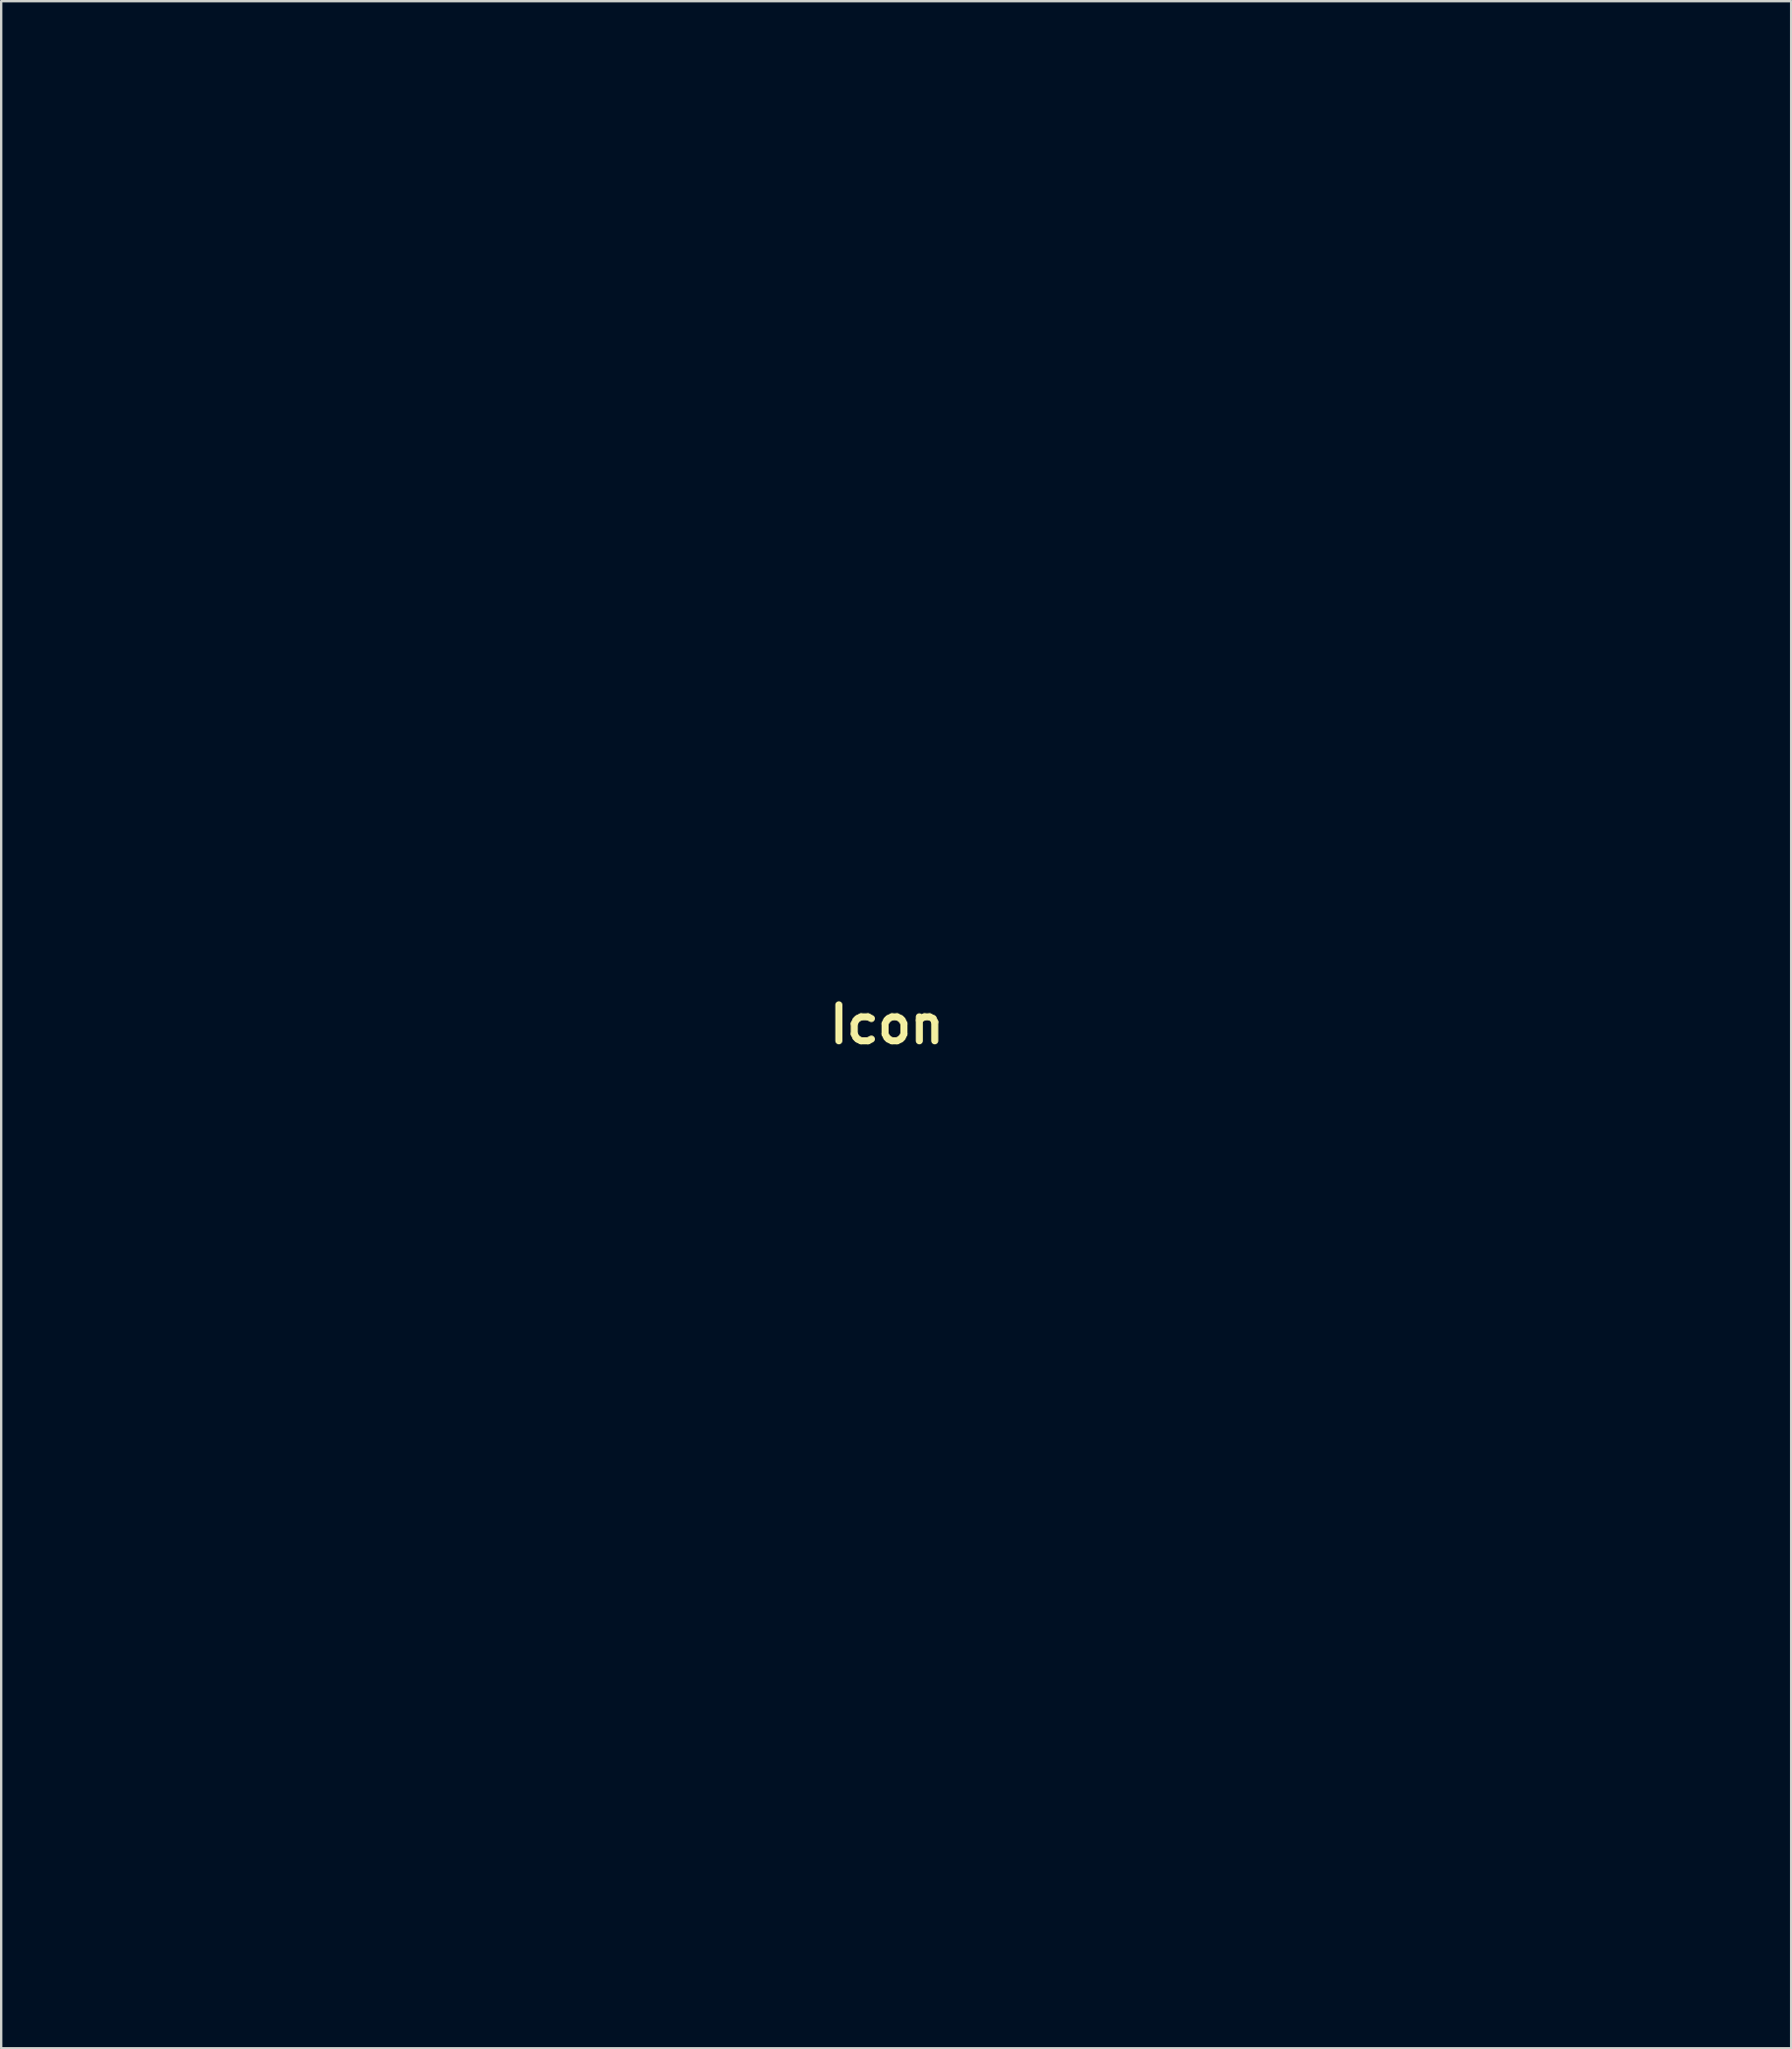
<source format=kicad_pcb>
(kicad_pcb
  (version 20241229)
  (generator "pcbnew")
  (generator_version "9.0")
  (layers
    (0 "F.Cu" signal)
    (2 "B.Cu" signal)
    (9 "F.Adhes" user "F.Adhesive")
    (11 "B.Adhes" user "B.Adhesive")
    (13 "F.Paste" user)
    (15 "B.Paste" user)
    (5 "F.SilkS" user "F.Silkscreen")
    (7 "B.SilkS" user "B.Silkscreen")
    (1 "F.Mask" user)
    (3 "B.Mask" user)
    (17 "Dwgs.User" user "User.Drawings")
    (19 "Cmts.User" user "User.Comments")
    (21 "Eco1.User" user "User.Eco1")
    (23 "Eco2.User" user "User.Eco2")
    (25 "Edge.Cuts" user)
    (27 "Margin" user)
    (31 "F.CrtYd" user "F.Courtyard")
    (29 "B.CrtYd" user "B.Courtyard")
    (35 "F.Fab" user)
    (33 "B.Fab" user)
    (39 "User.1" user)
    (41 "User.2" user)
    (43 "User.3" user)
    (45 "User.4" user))
  (footprint "Icon"
    (layer "F.Cu")
    (at 34.533 40.361)
    (property "Reference" "Icon" (at 0 0 0) (layer "F.SilkS") (effects (font (size 1.524 1.524) (thickness 0.3))))
    (attr through_hole)
    (fp_poly (pts (xy 13.945 -23.219) (xy 27.384 -15.451) (xy 27.384 16.167) (xy 19.05 21.033) (xy 15.17 23.287) (xy 11.188 25.581) (xy 7.637 27.609) (xy 5.542 28.79) (xy 0.367 31.681) (xy -13.112 23.874) (xy -26.591 16.068) (xy -26.806 0.534) (xy -26.968 -11.166) (xy -19.467 -11.166) (xy -19.462 -11.137) (xy -18.66 -10.531) (xy -16.735 -9.315) (xy -13.953 -7.648) (xy -10.576 -5.692) (xy -9.533 -5.098) (xy 0 0.299) (xy 0 12.056) (xy 0.03 16.171) (xy 0.114 19.658) (xy 0.24 22.24) (xy 0.397 23.641) (xy 0.478 23.812) (xy 1.303 23.443) (xy 3.252 22.425) (xy 6.07 20.897) (xy 9.503 18.995) (xy 11.173 18.058) (xy 21.39 12.303) (xy 21.431 -11.509) (xy 11.198 -17.264) (xy 7.559 -19.289) (xy 4.409 -21.002) (xy 2.007 -22.266) (xy 0.61 -22.942) (xy 0.378 -23.019) (xy -0.647 -22.64) (xy -2.646 -21.621) (xy -5.327 -20.135) (xy -8.4 -18.357) (xy -11.574 -16.459) (xy -14.558 -14.618) (xy -17.062 -13.005) (xy -18.795 -11.797) (xy -19.467 -11.166) (xy -26.968 -11.166) (xy -27.021 -15) (xy -20.456 -18.859) (xy -16.663 -21.077) (xy -12.259 -23.637) (xy -8.011 -26.094) (xy -6.693 -26.852) (xy 0.505 -30.987) (xy 13.945 -23.219)) (stroke (width 0.01) (type solid)) (fill no) (layer "Eco2.User"))
    (fp_poly (pts (xy 17.894 -30.286) (xy 35.322 -20.215) (xy 35.322 20.946) (xy 19.844 29.946) (xy 15.254 32.611) (xy 11.025 35.06) (xy 7.383 37.161) (xy 4.558 38.783) (xy 2.776 39.795) (xy 2.381 40.013) (xy 1.703 40.3) (xy 0.919 40.371) (xy -0.145 40.144) (xy -1.665 39.538) (xy -3.815 38.47) (xy -6.771 36.861) (xy -10.708 34.627) (xy -15.8 31.687) (xy -17.066 30.954) (xy -34.528 20.827) (xy -34.528 0.365) (xy -30.956 0.365) (xy -30.956 18.682) (xy -15.677 27.558) (xy -11.215 30.134) (xy -7.203 32.419) (xy -3.846 34.299) (xy -1.351 35.66) (xy 0.075 36.385) (xy 0.316 36.473) (xy 1.183 36.105) (xy 3.215 35.05) (xy 6.207 33.424) (xy 9.952 31.337) (xy 14.244 28.903) (xy 16.389 27.673) (xy 31.75 18.834) (xy 31.75 -18.104) (xy 17.166 -26.501) (xy 12.76 -29.027) (xy 8.768 -31.294) (xy 5.413 -33.179) (xy 2.918 -34.555) (xy 1.506 -35.299) (xy 1.325 -35.38) (xy 0.205 -35.146) (xy -2.145 -34.124) (xy -5.613 -32.372) (xy -10.086 -29.946) (xy -15.443 -26.907) (xy -30.956 -17.952) (xy -30.956 0.365) (xy -34.528 0.365) (xy -34.528 -20.07) (xy -20.241 -28.338) (xy -15.718 -30.955) (xy -11.46 -33.422) (xy -7.731 -35.584) (xy -4.799 -37.285) (xy -2.93 -38.372) (xy -2.743 -38.481) (xy 0.467 -40.356) (xy 17.894 -30.286)) (stroke (width 0.01) (type solid)) (fill no) (layer "Eco2.User")))
  (gr_rect
    (start -3 -3)
    (end 72.86 83.738)
    (stroke (width 0.1) (type default))
    (fill no)
    (layer "Edge.Cuts")))
</source>
